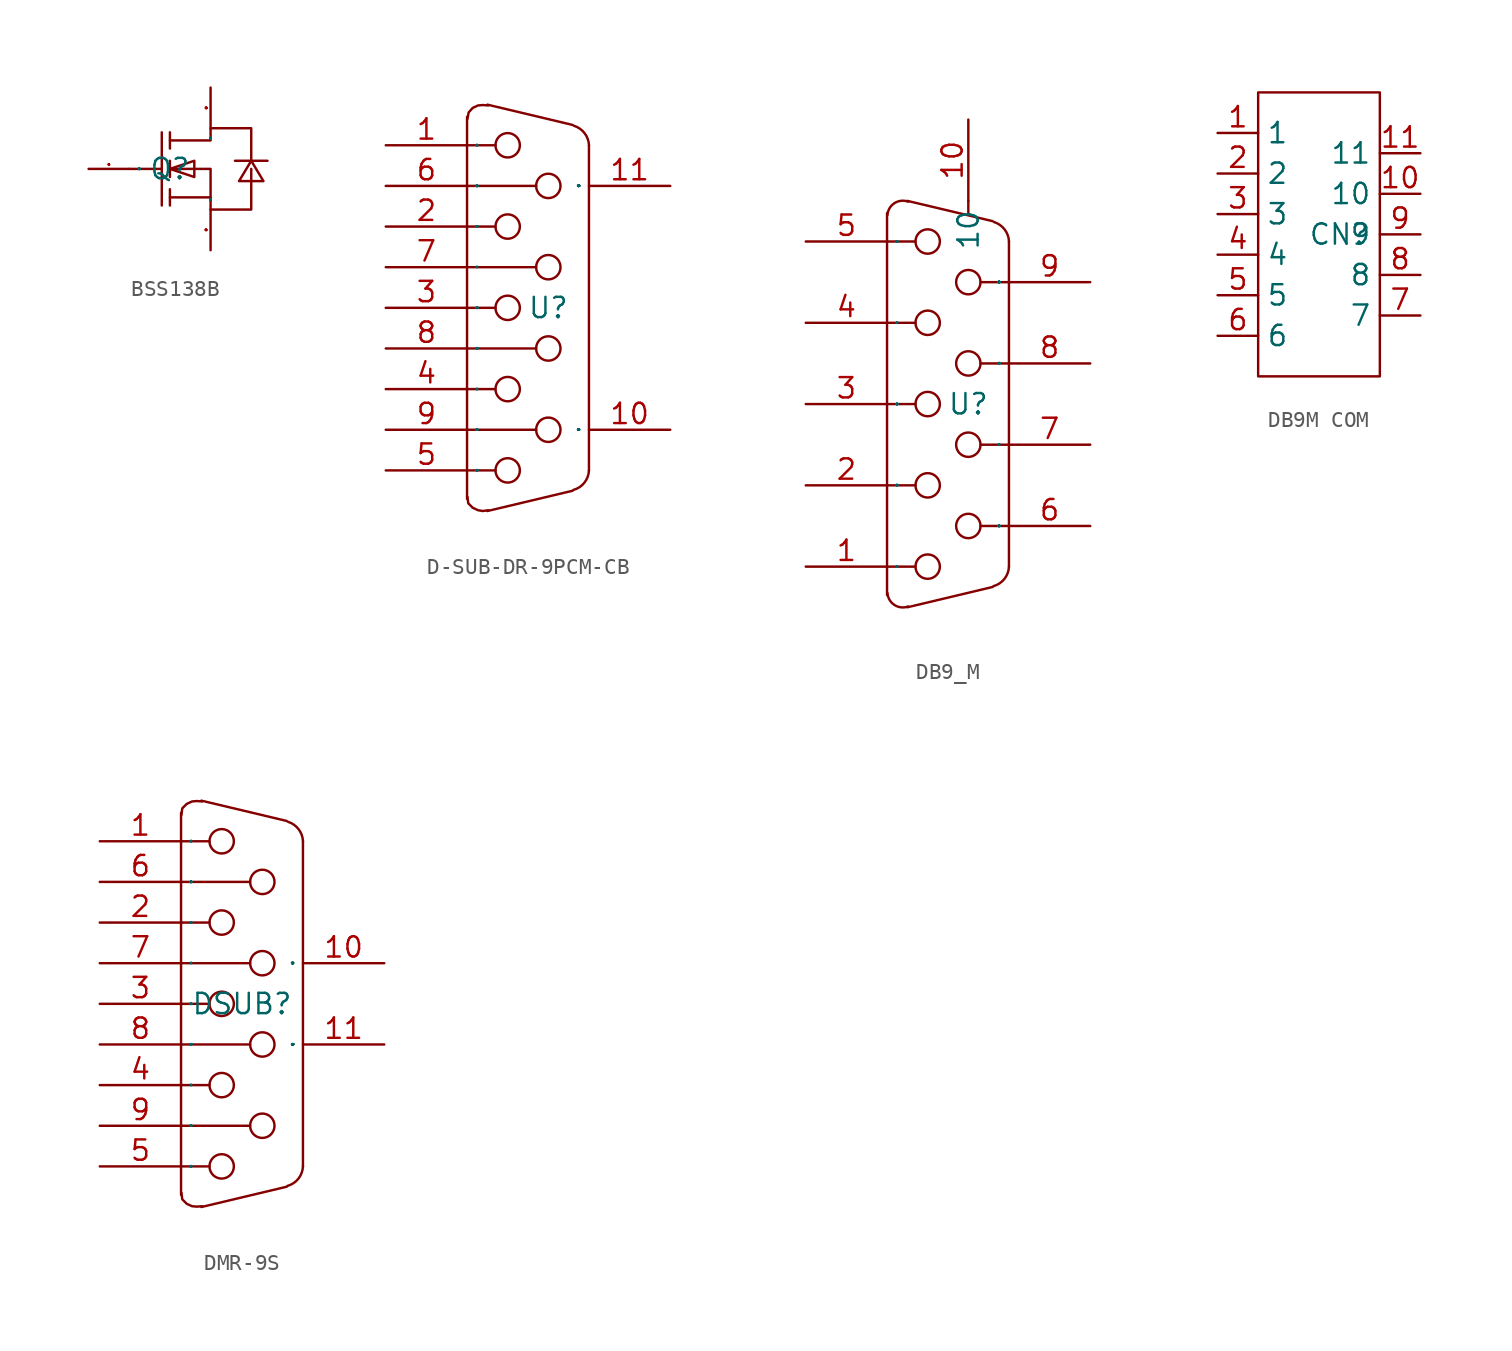
<source format=kicad_sym>
(kicad_symbol_lib
  (version 20241209)
  (generator "kicad_symbol_editor")
  (generator_version "9.0")
  (symbol "BSS138B"
    (property "Reference" "Q"
      (at 0 0 0)
      (effects (font (size 1.27 1.27))))
    (property "Value" ""
      (at 0 0 0)
      (effects (font (size 1.27 1.27))))
    (symbol "BSS138B_1_0"
      (polyline (pts (xy -2.54 0) (xy -0.508 0)) (stroke (width 0) (type default)) (fill (type none)))
      (polyline (pts (xy -0.508 2.286) (xy -0.508 -2.286)) (stroke (width 0) (type default)) (fill (type none)))
      (polyline (pts (xy 0 2.286) (xy 0 1.27)) (stroke (width 0) (type default)) (fill (type none)))
      (polyline (pts (xy 0 1.778) (xy 2.54 1.778) (xy 2.54 1.778) (xy 2.54 2.54) (xy 2.54 2.54) (xy 5.08 2.54) (xy 5.08 2.54) (xy 5.08 2.54) (xy 5.08 2.54) (xy 5.08 0.508)) (stroke (width 0) (type default)) (fill (type none)))
      (polyline (pts (xy 0 0) (xy 1.524 -0.508) (xy 1.524 -0.508) (xy 1.524 0.508) (xy 1.524 0.508) (xy 0 0)) (stroke (width 0) (type default)) (fill (type none)))
      (polyline (pts (xy 0 0) (xy 2.54 0) (xy 2.54 0) (xy 2.54 -2.54) (xy 2.54 -2.54) (xy 5.08 -2.54) (xy 5.08 -2.54) (xy 5.08 -2.54) (xy 5.08 -2.54) (xy 5.08 0)) (stroke (width 0) (type default)) (fill (type none)))
      (polyline (pts (xy 0 -0.508) (xy 0 0.508)) (stroke (width 0) (type default)) (fill (type none)))
      (polyline (pts (xy 0 -2.286) (xy 0 -1.27)) (stroke (width 0) (type default)) (fill (type none)))
      (polyline (pts (xy 2.54 -1.778) (xy 0 -1.778)) (stroke (width 0) (type default)) (fill (type none)))
      (polyline (pts (xy 5.08 0.508) (xy 4.318 -0.762) (xy 4.318 -0.762) (xy 5.842 -0.762) (xy 5.842 -0.762) (xy 5.08 0.508)) (stroke (width 0) (type default)) (fill (type none)))
      (polyline (pts (xy 6.096 0.508) (xy 5.588 0.508) (xy 5.588 0.508) (xy 4.572 0.508) (xy 4.572 0.508) (xy 4.064 0.508)) (stroke (width 0) (type default)) (fill (type none)))
      (pin unspecified line (at -5.08 0 0) (length 2.54) (name "G" (effects (font (size 0.025 0.025)))) (number "1" (effects (font (size 0.025 0.025)))))
      (pin unspecified line (at 2.54 5.08 270) (length 2.54) (name "D" (effects (font (size 0.025 0.025)))) (number "3" (effects (font (size 0.025 0.025)))))
      (pin unspecified line (at 2.54 -5.08 90) (length 2.54) (name "S" (effects (font (size 0.025 0.025)))) (number "2" (effects (font (size 0.025 0.025)))))))
  (symbol "D-SUB-DR-9PCM-CB"
    (property "Reference" "U"
      (at 0 0 0)
      (effects (font (size 1.27 1.27))))
    (property "Value" ""
      (at 0 0 0)
      (effects (font (size 1.27 1.27))))
    (symbol "D-SUB-DR-9PCM-CB_1_0"
      (polyline (pts (xy -5.08 11.938) (xy -5.08 10.16)) (stroke (width 0) (type default)) (fill (type none)))
      (polyline (pts (xy -5.08 7.62) (xy -0.762 7.62)) (stroke (width 0) (type default)) (fill (type none)))
      (polyline (pts (xy -5.08 2.54) (xy -0.762 2.54)) (stroke (width 0) (type default)) (fill (type none)))
      (polyline (pts (xy -5.08 -2.54) (xy -0.762 -2.54)) (stroke (width 0) (type default)) (fill (type none)))
      (polyline (pts (xy -5.08 -7.62) (xy -0.762 -7.62)) (stroke (width 0) (type default)) (fill (type none)))
      (polyline (pts (xy -5.08 -10.16) (xy -5.08 10.16)) (stroke (width 0) (type default)) (fill (type none)))
      (polyline (pts (xy -5.08 -11.938) (xy -5.08 -10.16)) (stroke (width 0) (type default)) (fill (type none)))
      (polyline (pts (xy -5.055 -11.811) (xy -5.004 -12.217) (xy -5.004 -12.217) (xy -4.724 -12.497) (xy -4.724 -12.497) (xy -4.394 -12.649) (xy -4.394 -12.649) (xy -4.089 -12.7) (xy -4.089 -12.7) (xy -3.759 -12.649)) (stroke (width 0) (type default)) (fill (type none)))
      (polyline (pts (xy -3.759 12.649) (xy -4.089 12.675) (xy -4.089 12.675) (xy -4.394 12.649) (xy -4.394 12.649) (xy -4.724 12.497) (xy -4.724 12.497) (xy -4.978 12.217) (xy -4.978 12.217) (xy -5.055 11.811)) (stroke (width 0) (type default)) (fill (type none)))
      (polyline (pts (xy -3.302 10.16) (xy -5.08 10.16)) (stroke (width 0) (type default)) (fill (type none)))
      (polyline (pts (xy -3.302 5.08) (xy -5.08 5.08)) (stroke (width 0) (type default)) (fill (type none)))
      (polyline (pts (xy -3.302 0) (xy -5.08 0)) (stroke (width 0) (type default)) (fill (type none)))
      (polyline (pts (xy -3.302 -5.08) (xy -5.08 -5.08)) (stroke (width 0) (type default)) (fill (type none)))
      (polyline (pts (xy -3.302 -10.16) (xy -5.08 -10.16)) (stroke (width 0) (type default)) (fill (type none)))
      (circle (center -2.54 10.16) (radius 0.762) (stroke (width 0) (type default)) (fill (type none)))
      (circle (center -2.54 5.08) (radius 0.762) (stroke (width 0) (type default)) (fill (type none)))
      (circle (center -2.54 0) (radius 0.762) (stroke (width 0) (type default)) (fill (type none)))
      (circle (center -2.54 -5.08) (radius 0.762) (stroke (width 0) (type default)) (fill (type none)))
      (circle (center -2.54 -10.16) (radius 0.762) (stroke (width 0) (type default)) (fill (type none)))
      (circle (center 0 7.62) (radius 0.762) (stroke (width 0) (type default)) (fill (type none)))
      (circle (center 0 2.54) (radius 0.762) (stroke (width 0) (type default)) (fill (type none)))
      (circle (center 0 -2.54) (radius 0.762) (stroke (width 0) (type default)) (fill (type none)))
      (circle (center 0 -7.62) (radius 0.762) (stroke (width 0) (type default)) (fill (type none)))
      (arc (start 1.6002 11.3792) (mid 2.2633 10.9185) (end 2.54 10.16) (stroke (width 0) (type default)) (fill (type none)))
      (arc (start 2.54 -10.16) (mid 2.2566 -10.9273) (end 1.5748 -11.3792) (stroke (width 0) (type default)) (fill (type none)))
      (polyline (pts (xy 1.524 11.43) (xy -3.81 12.7)) (stroke (width 0) (type default)) (fill (type none)))
      (polyline (pts (xy 1.524 -11.43) (xy -3.81 -12.7)) (stroke (width 0) (type default)) (fill (type none)))
      (polyline (pts (xy 2.54 -10.16) (xy 2.54 10.16)) (stroke (width 0) (type default)) (fill (type none)))
      (pin input line (at -10.16 10.16 0) (length 5.08) (name "1" (effects (font (size 0.025 0.025)))) (number "1" (effects (font (size 1.27 1.27)))))
      (pin input line (at -10.16 7.62 0) (length 5.08) (name "6" (effects (font (size 0.025 0.025)))) (number "6" (effects (font (size 1.27 1.27)))))
      (pin input line (at -10.16 5.08 0) (length 5.08) (name "2" (effects (font (size 0.025 0.025)))) (number "2" (effects (font (size 1.27 1.27)))))
      (pin input line (at -10.16 2.54 0) (length 5.08) (name "7" (effects (font (size 0.025 0.025)))) (number "7" (effects (font (size 1.27 1.27)))))
      (pin input line (at -10.16 0 0) (length 5.08) (name "3" (effects (font (size 0.025 0.025)))) (number "3" (effects (font (size 1.27 1.27)))))
      (pin input line (at -10.16 -2.54 0) (length 5.08) (name "8" (effects (font (size 0.025 0.025)))) (number "8" (effects (font (size 1.27 1.27)))))
      (pin input line (at -10.16 -5.08 0) (length 5.08) (name "4" (effects (font (size 0.025 0.025)))) (number "4" (effects (font (size 1.27 1.27)))))
      (pin input line (at -10.16 -7.62 0) (length 5.08) (name "9" (effects (font (size 0.025 0.025)))) (number "9" (effects (font (size 1.27 1.27)))))
      (pin input line (at -10.16 -10.16 0) (length 5.08) (name "5" (effects (font (size 0.025 0.025)))) (number "5" (effects (font (size 1.27 1.27)))))
      (pin input line (at 7.62 7.62 180) (length 5.08) (name "MH2" (effects (font (size 0.025 0.025)))) (number "11" (effects (font (size 1.27 1.27)))))
      (pin input line (at 7.62 -7.62 180) (length 5.08) (name "MH1" (effects (font (size 0.025 0.025)))) (number "10" (effects (font (size 1.27 1.27)))))))
  (symbol "DB9_M"
    (property "Reference" "U"
      (at 0 0 0)
      (effects (font (size 1.27 1.27))))
    (property "Value" ""
      (at 0 0 0)
      (effects (font (size 1.27 1.27))))
    (symbol "DB9_M_1_0"
      (polyline (pts (xy -5.08 11.938) (xy -5.08 10.16)) (stroke (width 0) (type default)) (fill (type none)))
      (polyline (pts (xy -5.08 -10.16) (xy -5.08 10.16)) (stroke (width 0) (type default)) (fill (type none)))
      (polyline (pts (xy -5.08 -11.938) (xy -5.08 -10.16)) (stroke (width 0) (type default)) (fill (type none)))
      (arc (start -5.0546 11.811) (mid -4.6181 12.5564) (end -3.7592 12.6492) (stroke (width 0) (type default)) (fill (type none)))
      (arc (start -3.7592 -12.6492) (mid -4.6181 -12.5565) (end -5.0546 -11.811) (stroke (width 0) (type default)) (fill (type none)))
      (polyline (pts (xy -3.302 10.16) (xy -5.08 10.16)) (stroke (width 0) (type default)) (fill (type none)))
      (polyline (pts (xy -3.302 5.08) (xy -5.08 5.08)) (stroke (width 0) (type default)) (fill (type none)))
      (polyline (pts (xy -3.302 0) (xy -5.08 0)) (stroke (width 0) (type default)) (fill (type none)))
      (polyline (pts (xy -3.302 -5.08) (xy -5.08 -5.08)) (stroke (width 0) (type default)) (fill (type none)))
      (polyline (pts (xy -3.302 -10.16) (xy -5.08 -10.16)) (stroke (width 0) (type default)) (fill (type none)))
      (circle (center -2.54 10.16) (radius 0.762) (stroke (width 0) (type default)) (fill (type none)))
      (circle (center -2.54 5.08) (radius 0.762) (stroke (width 0) (type default)) (fill (type none)))
      (circle (center -2.54 0) (radius 0.762) (stroke (width 0) (type default)) (fill (type none)))
      (circle (center -2.54 -5.08) (radius 0.762) (stroke (width 0) (type default)) (fill (type none)))
      (circle (center -2.54 -10.16) (radius 0.762) (stroke (width 0) (type default)) (fill (type none)))
      (polyline (pts (xy 0 12.7) (xy 0 11.938)) (stroke (width 0) (type default)) (fill (type none)))
      (circle (center 0 7.62) (radius 0.762) (stroke (width 0) (type default)) (fill (type none)))
      (circle (center 0 2.54) (radius 0.762) (stroke (width 0) (type default)) (fill (type none)))
      (circle (center 0 -2.54) (radius 0.762) (stroke (width 0) (type default)) (fill (type none)))
      (circle (center 0 -7.62) (radius 0.762) (stroke (width 0) (type default)) (fill (type none)))
      (arc (start 1.6002 11.3792) (mid 2.2633 10.9185) (end 2.54 10.16) (stroke (width 0) (type default)) (fill (type none)))
      (arc (start 2.54 -10.16) (mid 2.2566 -10.9273) (end 1.5748 -11.3792) (stroke (width 0) (type default)) (fill (type none)))
      (polyline (pts (xy 1.524 11.43) (xy -3.81 12.7)) (stroke (width 0) (type default)) (fill (type none)))
      (polyline (pts (xy 1.524 -11.43) (xy -3.81 -12.7)) (stroke (width 0) (type default)) (fill (type none)))
      (polyline (pts (xy 2.54 7.62) (xy 0.762 7.62)) (stroke (width 0) (type default)) (fill (type none)))
      (polyline (pts (xy 2.54 2.54) (xy 0.762 2.54)) (stroke (width 0) (type default)) (fill (type none)))
      (polyline (pts (xy 2.54 -2.54) (xy 0.762 -2.54)) (stroke (width 0) (type default)) (fill (type none)))
      (polyline (pts (xy 2.54 -7.62) (xy 0.762 -7.62)) (stroke (width 0) (type default)) (fill (type none)))
      (polyline (pts (xy 2.54 -10.16) (xy 2.54 10.16)) (stroke (width 0) (type default)) (fill (type none)))
      (pin input line (at -10.16 10.16 0) (length 5.08) (name "5" (effects (font (size 0.025 0.025)))) (number "5" (effects (font (size 1.27 1.27)))))
      (pin input line (at -10.16 5.08 0) (length 5.08) (name "4" (effects (font (size 0.025 0.025)))) (number "4" (effects (font (size 1.27 1.27)))))
      (pin input line (at -10.16 0 0) (length 5.08) (name "3" (effects (font (size 0.025 0.025)))) (number "3" (effects (font (size 1.27 1.27)))))
      (pin input line (at -10.16 -5.08 0) (length 5.08) (name "2" (effects (font (size 0.025 0.025)))) (number "2" (effects (font (size 1.27 1.27)))))
      (pin input line (at -10.16 -10.16 0) (length 5.08) (name "1" (effects (font (size 0.025 0.025)))) (number "1" (effects (font (size 1.27 1.27)))))
      (pin input line (at 0 17.78 270) (length 5.08) (name "10" (effects (font (size 1.27 1.27)))) (number "10" (effects (font (size 1.27 1.27)))))
      (pin input line (at 7.62 7.62 180) (length 5.08) (name "9" (effects (font (size 0.025 0.025)))) (number "9" (effects (font (size 1.27 1.27)))))
      (pin input line (at 7.62 2.54 180) (length 5.08) (name "8" (effects (font (size 0.025 0.025)))) (number "8" (effects (font (size 1.27 1.27)))))
      (pin input line (at 7.62 -2.54 180) (length 5.08) (name "7" (effects (font (size 0.025 0.025)))) (number "7" (effects (font (size 1.27 1.27)))))
      (pin input line (at 7.62 -7.62 180) (length 5.08) (name "6" (effects (font (size 0.025 0.025)))) (number "6" (effects (font (size 1.27 1.27)))))))
  (symbol "DB9M COM"
    (property "Reference" "CN"
      (at 0 0 0)
      (effects (font (size 1.27 1.27))))
    (property "Value" ""
      (at 0 0 0)
      (effects (font (size 1.27 1.27))))
    (symbol "DB9M COM_1_0"
      (rectangle (start -5.08 8.89) (end 2.54 -8.89) (stroke (width 0) (type default)) (fill (type none)))
      (pin unspecified line (at -7.62 6.35 0) (length 2.54) (name "1" (effects (font (size 1.27 1.27)))) (number "1" (effects (font (size 1.27 1.27)))))
      (pin unspecified line (at -7.62 3.81 0) (length 2.54) (name "2" (effects (font (size 1.27 1.27)))) (number "2" (effects (font (size 1.27 1.27)))))
      (pin unspecified line (at -7.62 1.27 0) (length 2.54) (name "3" (effects (font (size 1.27 1.27)))) (number "3" (effects (font (size 1.27 1.27)))))
      (pin unspecified line (at -7.62 -1.27 0) (length 2.54) (name "4" (effects (font (size 1.27 1.27)))) (number "4" (effects (font (size 1.27 1.27)))))
      (pin unspecified line (at -7.62 -3.81 0) (length 2.54) (name "5" (effects (font (size 1.27 1.27)))) (number "5" (effects (font (size 1.27 1.27)))))
      (pin unspecified line (at -7.62 -6.35 0) (length 2.54) (name "6" (effects (font (size 1.27 1.27)))) (number "6" (effects (font (size 1.27 1.27)))))
      (pin unspecified line (at 5.08 5.08 180) (length 2.54) (name "11" (effects (font (size 1.27 1.27)))) (number "11" (effects (font (size 1.27 1.27)))))
      (pin unspecified line (at 5.08 2.54 180) (length 2.54) (name "10" (effects (font (size 1.27 1.27)))) (number "10" (effects (font (size 1.27 1.27)))))
      (pin unspecified line (at 5.08 0 180) (length 2.54) (name "9" (effects (font (size 1.27 1.27)))) (number "9" (effects (font (size 1.27 1.27)))))
      (pin unspecified line (at 5.08 -2.54 180) (length 2.54) (name "8" (effects (font (size 1.27 1.27)))) (number "8" (effects (font (size 1.27 1.27)))))
      (pin unspecified line (at 5.08 -5.08 180) (length 2.54) (name "7" (effects (font (size 1.27 1.27)))) (number "7" (effects (font (size 1.27 1.27)))))))
  (symbol "DMR-9S"
    (property "Reference" "DSUB"
      (at 0 0 0)
      (effects (font (size 1.27 1.27))))
    (property "Value" ""
      (at 0 0 0)
      (effects (font (size 1.27 1.27))))
    (symbol "DMR-9S_1_0"
      (polyline (pts (xy -3.81 11.938) (xy -3.81 10.16)) (stroke (width 0) (type default)) (fill (type none)))
      (polyline (pts (xy -3.81 7.62) (xy 0.508 7.62)) (stroke (width 0) (type default)) (fill (type none)))
      (polyline (pts (xy -3.81 2.54) (xy 0.508 2.54)) (stroke (width 0) (type default)) (fill (type none)))
      (polyline (pts (xy -3.81 -2.54) (xy 0.508 -2.54)) (stroke (width 0) (type default)) (fill (type none)))
      (polyline (pts (xy -3.81 -7.62) (xy 0.508 -7.62)) (stroke (width 0) (type default)) (fill (type none)))
      (polyline (pts (xy -3.81 -10.16) (xy -3.81 10.16)) (stroke (width 0) (type default)) (fill (type none)))
      (polyline (pts (xy -3.81 -11.938) (xy -3.81 -10.16)) (stroke (width 0) (type default)) (fill (type none)))
      (polyline (pts (xy -3.785 -11.811) (xy -3.734 -12.217) (xy -3.734 -12.217) (xy -3.454 -12.497) (xy -3.454 -12.497) (xy -3.124 -12.649) (xy -3.124 -12.649) (xy -2.819 -12.675) (xy -2.819 -12.675) (xy -2.489 -12.649)) (stroke (width 0) (type default)) (fill (type none)))
      (polyline (pts (xy -2.489 12.649) (xy -2.819 12.675) (xy -2.819 12.675) (xy -3.124 12.649) (xy -3.124 12.649) (xy -3.454 12.497) (xy -3.454 12.497) (xy -3.734 12.217) (xy -3.734 12.217) (xy -3.785 11.811)) (stroke (width 0) (type default)) (fill (type none)))
      (polyline (pts (xy -2.032 10.16) (xy -3.81 10.16)) (stroke (width 0) (type default)) (fill (type none)))
      (polyline (pts (xy -2.032 5.08) (xy -3.81 5.08)) (stroke (width 0) (type default)) (fill (type none)))
      (polyline (pts (xy -2.032 0) (xy -3.81 0)) (stroke (width 0) (type default)) (fill (type none)))
      (polyline (pts (xy -2.032 -5.08) (xy -3.81 -5.08)) (stroke (width 0) (type default)) (fill (type none)))
      (polyline (pts (xy -2.032 -10.16) (xy -3.81 -10.16)) (stroke (width 0) (type default)) (fill (type none)))
      (circle (center -1.27 10.16) (radius 0.762) (stroke (width 0) (type default)) (fill (type none)))
      (circle (center -1.27 5.08) (radius 0.762) (stroke (width 0) (type default)) (fill (type none)))
      (circle (center -1.27 0) (radius 0.762) (stroke (width 0) (type default)) (fill (type none)))
      (circle (center -1.27 -5.08) (radius 0.762) (stroke (width 0) (type default)) (fill (type none)))
      (circle (center -1.27 -10.16) (radius 0.762) (stroke (width 0) (type default)) (fill (type none)))
      (circle (center 1.27 7.62) (radius 0.762) (stroke (width 0) (type default)) (fill (type none)))
      (circle (center 1.27 2.54) (radius 0.762) (stroke (width 0) (type default)) (fill (type none)))
      (circle (center 1.27 -2.54) (radius 0.762) (stroke (width 0) (type default)) (fill (type none)))
      (circle (center 1.27 -7.62) (radius 0.762) (stroke (width 0) (type default)) (fill (type none)))
      (arc (start 2.8702 11.3792) (mid 3.5332 10.9185) (end 3.81 10.16) (stroke (width 0) (type default)) (fill (type none)))
      (arc (start 3.81 -10.16) (mid 3.5266 -10.9273) (end 2.8448 -11.3792) (stroke (width 0) (type default)) (fill (type none)))
      (polyline (pts (xy 2.794 11.43) (xy -2.54 12.7)) (stroke (width 0) (type default)) (fill (type none)))
      (polyline (pts (xy 2.794 -11.43) (xy -2.54 -12.7)) (stroke (width 0) (type default)) (fill (type none)))
      (polyline (pts (xy 3.81 -10.16) (xy 3.81 10.16)) (stroke (width 0) (type default)) (fill (type none)))
      (pin input line (at -8.89 10.16 0) (length 5.08) (name "1" (effects (font (size 0.025 0.025)))) (number "1" (effects (font (size 1.27 1.27)))))
      (pin input line (at -8.89 7.62 0) (length 5.08) (name "6" (effects (font (size 0.025 0.025)))) (number "6" (effects (font (size 1.27 1.27)))))
      (pin input line (at -8.89 5.08 0) (length 5.08) (name "2" (effects (font (size 0.025 0.025)))) (number "2" (effects (font (size 1.27 1.27)))))
      (pin input line (at -8.89 2.54 0) (length 5.08) (name "7" (effects (font (size 0.025 0.025)))) (number "7" (effects (font (size 1.27 1.27)))))
      (pin input line (at -8.89 0 0) (length 5.08) (name "3" (effects (font (size 0.025 0.025)))) (number "3" (effects (font (size 1.27 1.27)))))
      (pin input line (at -8.89 -2.54 0) (length 5.08) (name "8" (effects (font (size 0.025 0.025)))) (number "8" (effects (font (size 1.27 1.27)))))
      (pin input line (at -8.89 -5.08 0) (length 5.08) (name "4" (effects (font (size 0.025 0.025)))) (number "4" (effects (font (size 1.27 1.27)))))
      (pin input line (at -8.89 -7.62 0) (length 5.08) (name "9" (effects (font (size 0.025 0.025)))) (number "9" (effects (font (size 1.27 1.27)))))
      (pin input line (at -8.89 -10.16 0) (length 5.08) (name "5" (effects (font (size 0.025 0.025)))) (number "5" (effects (font (size 1.27 1.27)))))
      (pin input line (at 8.89 2.54 180) (length 5.08) (name "MH1" (effects (font (size 0.025 0.025)))) (number "10" (effects (font (size 1.27 1.27)))))
      (pin input line (at 8.89 -2.54 180) (length 5.08) (name "MH2" (effects (font (size 0.025 0.025)))) (number "11" (effects (font (size 1.27 1.27))))))))
</source>
